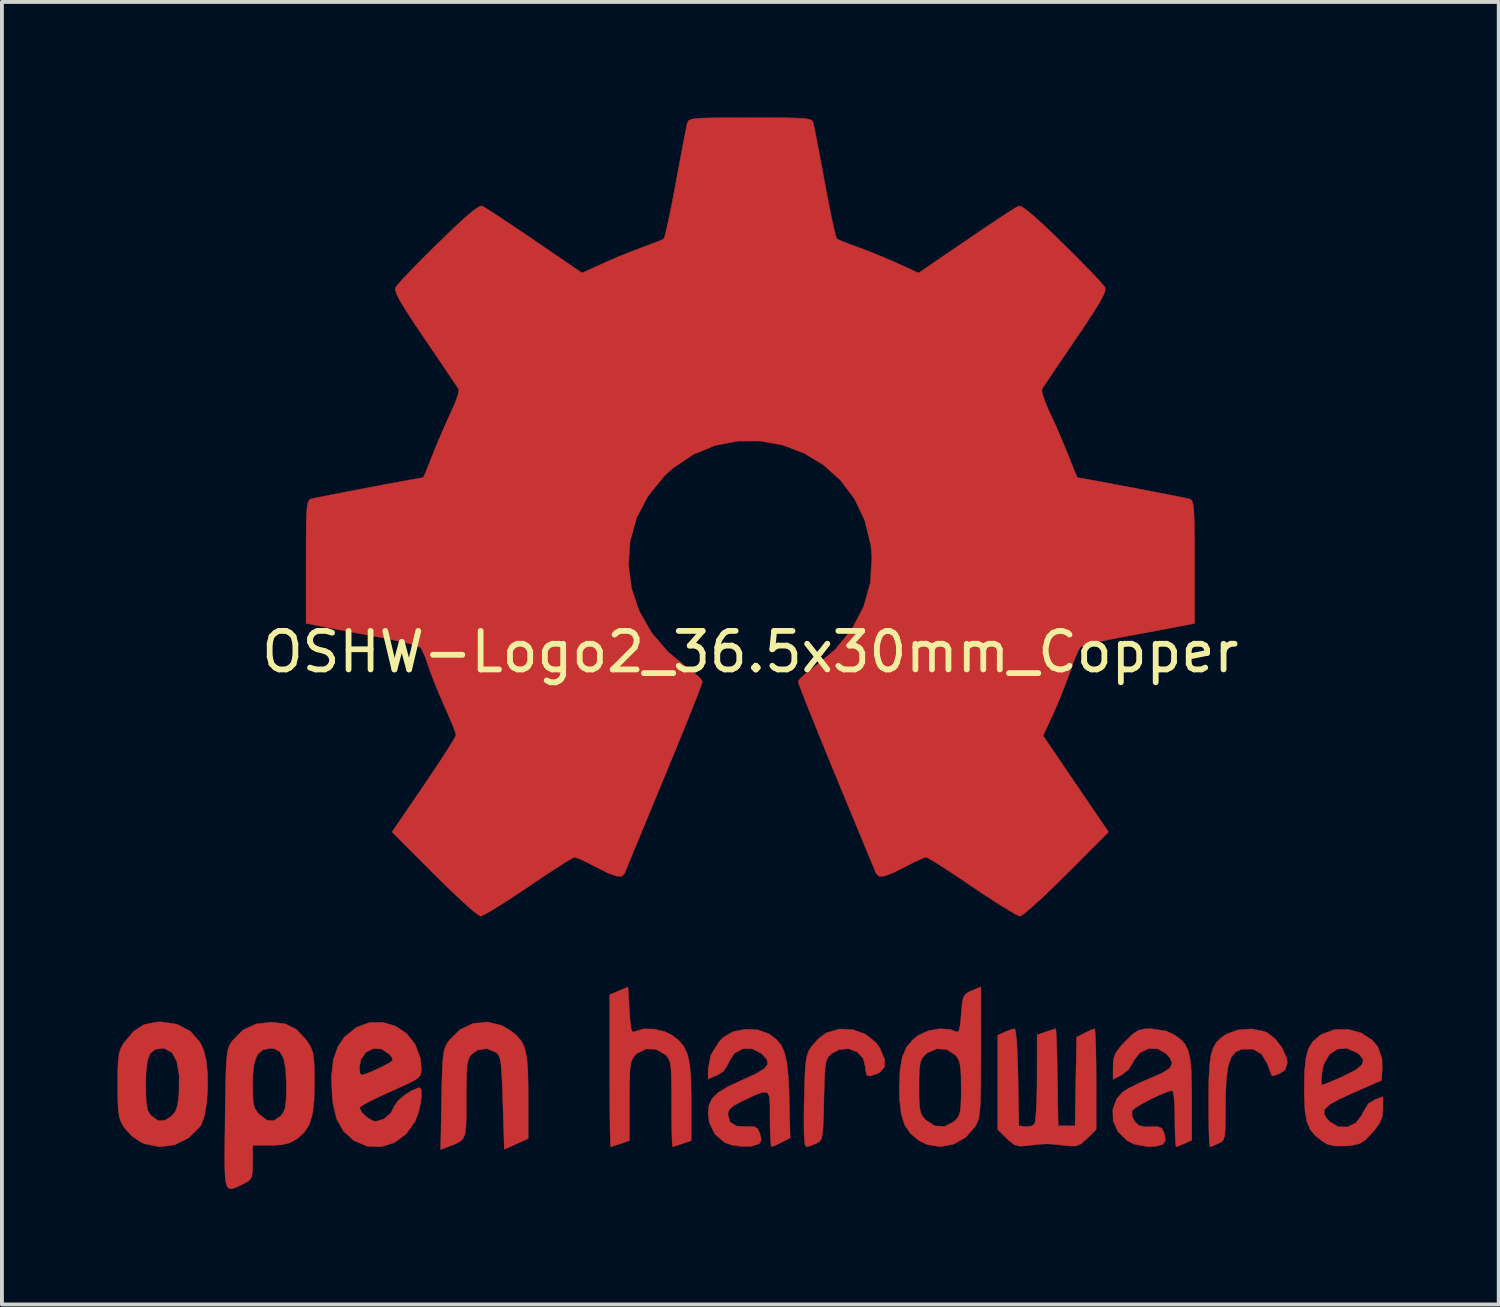
<source format=kicad_pcb>
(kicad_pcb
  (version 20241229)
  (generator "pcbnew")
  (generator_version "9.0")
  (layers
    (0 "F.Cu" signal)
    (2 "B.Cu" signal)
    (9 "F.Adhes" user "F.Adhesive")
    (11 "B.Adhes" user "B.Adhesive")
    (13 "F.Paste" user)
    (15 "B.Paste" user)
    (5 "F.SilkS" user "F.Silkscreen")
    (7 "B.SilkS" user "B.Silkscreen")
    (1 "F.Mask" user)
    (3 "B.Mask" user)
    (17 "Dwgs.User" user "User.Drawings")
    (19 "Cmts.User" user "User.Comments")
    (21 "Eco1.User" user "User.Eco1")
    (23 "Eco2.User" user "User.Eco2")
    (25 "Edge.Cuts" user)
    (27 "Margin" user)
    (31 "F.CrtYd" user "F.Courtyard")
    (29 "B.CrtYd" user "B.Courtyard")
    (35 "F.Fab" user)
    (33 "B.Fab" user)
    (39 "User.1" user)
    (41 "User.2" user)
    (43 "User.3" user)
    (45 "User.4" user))
  (footprint "OSHW-Logo2_36.5x30mm_Copper"
    (layer "F.Cu")
    (at 16.427 13.873)
    (property "Reference" "OSHW-Logo2_36.5x30mm_Copper" (at 0 0 0) (layer "F.SilkS") (effects (font (size 1 1) (thickness 0.15))))
    (attr exclude_from_pos_files exclude_from_bom)
    (fp_poly (pts (xy 13.339 9.85) (xy 13.426 9.888) (xy 13.635 10.053) (xy 13.813 10.292) (xy 13.923 10.546) (xy 13.941 10.671) (xy 13.881 10.847) (xy 13.749 10.939) (xy 13.608 10.995) (xy 13.543 11.006) (xy 13.511 10.931) (xy 13.449 10.767) (xy 13.422 10.694) (xy 13.269 10.438) (xy 13.047 10.311) (xy 12.763 10.315) (xy 12.742 10.32) (xy 12.59 10.392) (xy 12.479 10.532) (xy 12.403 10.758) (xy 12.357 11.086) (xy 12.337 11.535) (xy 12.335 11.774) (xy 12.334 12.15) (xy 12.328 12.406) (xy 12.312 12.569) (xy 12.281 12.665) (xy 12.23 12.719) (xy 12.154 12.759) (xy 12.149 12.761) (xy 12.003 12.823) (xy 11.93 12.846) (xy 11.919 12.777) (xy 11.909 12.587) (xy 11.902 12.299) (xy 11.898 11.938) (xy 11.897 11.675) (xy 11.901 11.164) (xy 11.918 10.777) (xy 11.954 10.49) (xy 12.014 10.281) (xy 12.105 10.128) (xy 12.232 10.008) (xy 12.357 9.923) (xy 12.658 9.812) (xy 13.009 9.786) (xy 13.339 9.85)) (stroke (width 0.01) (type solid)) (fill yes) (layer "F.Cu"))
    (fp_poly (pts (xy -6.456 9.694) (xy -6.222 9.83) (xy -6.059 9.964) (xy -5.94 10.105) (xy -5.858 10.277) (xy -5.806 10.506) (xy -5.778 10.816) (xy -5.767 11.233) (xy -5.766 11.532) (xy -5.766 12.634) (xy -6.076 12.773) (xy -6.386 12.912) (xy -6.423 11.705) (xy -6.438 11.254) (xy -6.454 10.927) (xy -6.473 10.701) (xy -6.5 10.554) (xy -6.536 10.464) (xy -6.585 10.407) (xy -6.601 10.395) (xy -6.84 10.299) (xy -7.082 10.337) (xy -7.226 10.437) (xy -7.284 10.508) (xy -7.325 10.602) (xy -7.351 10.743) (xy -7.365 10.958) (xy -7.371 11.274) (xy -7.372 11.603) (xy -7.372 12.015) (xy -7.379 12.307) (xy -7.403 12.504) (xy -7.453 12.631) (xy -7.539 12.714) (xy -7.67 12.779) (xy -7.846 12.846) (xy -8.038 12.919) (xy -8.015 11.623) (xy -8.006 11.156) (xy -7.995 10.811) (xy -7.98 10.564) (xy -7.956 10.39) (xy -7.922 10.266) (xy -7.874 10.168) (xy -7.816 10.081) (xy -7.537 9.804) (xy -7.196 9.644) (xy -6.825 9.606) (xy -6.456 9.694)) (stroke (width 0.01) (type solid)) (fill yes) (layer "F.Cu"))
    (fp_poly (pts (xy 2.665 9.805) (xy 2.996 9.927) (xy 3.265 10.144) (xy 3.37 10.296) (xy 3.485 10.575) (xy 3.482 10.778) (xy 3.362 10.913) (xy 3.318 10.937) (xy 3.126 11.009) (xy 3.027 10.99) (xy 2.994 10.869) (xy 2.993 10.802) (xy 2.932 10.556) (xy 2.773 10.384) (xy 2.553 10.301) (xy 2.307 10.322) (xy 2.107 10.431) (xy 2.039 10.493) (xy 1.991 10.568) (xy 1.959 10.681) (xy 1.938 10.859) (xy 1.924 11.125) (xy 1.913 11.505) (xy 1.911 11.626) (xy 1.901 12.038) (xy 1.889 12.328) (xy 1.872 12.52) (xy 1.846 12.637) (xy 1.804 12.705) (xy 1.745 12.746) (xy 1.707 12.764) (xy 1.544 12.826) (xy 1.449 12.846) (xy 1.417 12.778) (xy 1.398 12.572) (xy 1.391 12.225) (xy 1.396 11.735) (xy 1.398 11.66) (xy 1.409 11.213) (xy 1.422 10.887) (xy 1.44 10.656) (xy 1.468 10.495) (xy 1.508 10.377) (xy 1.564 10.278) (xy 1.593 10.236) (xy 1.762 10.048) (xy 1.95 9.902) (xy 1.973 9.889) (xy 2.31 9.788) (xy 2.665 9.805)) (stroke (width 0.01) (type solid)) (fill yes) (layer "F.Cu"))
    (fp_poly (pts (xy 8.95 9.85) (xy 8.961 10.042) (xy 8.97 10.333) (xy 8.976 10.702) (xy 8.978 11.089) (xy 8.978 12.397) (xy 8.747 12.628) (xy 8.587 12.77) (xy 8.448 12.828) (xy 8.257 12.824) (xy 8.181 12.815) (xy 7.944 12.788) (xy 7.748 12.772) (xy 7.7 12.771) (xy 7.539 12.78) (xy 7.309 12.804) (xy 7.22 12.815) (xy 7 12.832) (xy 6.853 12.795) (xy 6.707 12.68) (xy 6.654 12.628) (xy 6.423 12.397) (xy 6.423 9.95) (xy 6.609 9.865) (xy 6.769 9.802) (xy 6.863 9.78) (xy 6.887 9.85) (xy 6.909 10.044) (xy 6.928 10.341) (xy 6.943 10.72) (xy 6.95 11.04) (xy 6.97 12.299) (xy 7.145 12.323) (xy 7.303 12.306) (xy 7.381 12.25) (xy 7.402 12.146) (xy 7.421 11.924) (xy 7.435 11.612) (xy 7.443 11.239) (xy 7.444 11.047) (xy 7.445 9.941) (xy 7.675 9.861) (xy 7.837 9.806) (xy 7.926 9.781) (xy 7.928 9.78) (xy 7.937 9.85) (xy 7.947 10.041) (xy 7.957 10.331) (xy 7.966 10.697) (xy 7.972 11.04) (xy 7.992 12.299) (xy 8.43 12.299) (xy 8.45 11.15) (xy 8.47 10.001) (xy 8.684 9.891) (xy 8.841 9.815) (xy 8.935 9.781) (xy 8.937 9.78) (xy 8.95 9.85)) (stroke (width 0.01) (type solid)) (fill yes) (layer "F.Cu"))
    (fp_poly (pts (xy -3.139 9.31) (xy -3.117 9.608) (xy -3.093 9.784) (xy -3.059 9.86) (xy -3.009 9.861) (xy -2.993 9.852) (xy -2.778 9.786) (xy -2.498 9.79) (xy -2.214 9.858) (xy -2.036 9.946) (xy -1.854 10.087) (xy -1.721 10.246) (xy -1.629 10.449) (xy -1.572 10.719) (xy -1.543 11.081) (xy -1.533 11.561) (xy -1.533 11.653) (xy -1.533 12.686) (xy -1.763 12.766) (xy -1.926 12.82) (xy -2.015 12.846) (xy -2.018 12.846) (xy -2.027 12.777) (xy -2.034 12.587) (xy -2.04 12.301) (xy -2.043 11.944) (xy -2.044 11.727) (xy -2.045 11.299) (xy -2.05 10.993) (xy -2.063 10.783) (xy -2.086 10.644) (xy -2.124 10.553) (xy -2.178 10.483) (xy -2.213 10.45) (xy -2.448 10.316) (xy -2.704 10.306) (xy -2.937 10.419) (xy -2.98 10.46) (xy -3.043 10.537) (xy -3.087 10.629) (xy -3.115 10.761) (xy -3.13 10.96) (xy -3.137 11.253) (xy -3.139 11.657) (xy -3.139 12.686) (xy -3.368 12.766) (xy -3.532 12.82) (xy -3.621 12.846) (xy -3.624 12.846) (xy -3.631 12.776) (xy -3.637 12.579) (xy -3.642 12.274) (xy -3.646 11.879) (xy -3.648 11.413) (xy -3.649 10.895) (xy -3.649 10.872) (xy -3.649 8.898) (xy -3.412 8.797) (xy -3.175 8.697) (xy -3.139 9.31)) (stroke (width 0.01) (type solid)) (fill yes) (layer "F.Cu"))
    (fp_poly (pts (xy -14.879 9.665) (xy -14.537 9.845) (xy -14.285 10.134) (xy -14.195 10.321) (xy -14.125 10.6) (xy -14.09 10.953) (xy -14.086 11.338) (xy -14.114 11.715) (xy -14.17 12.041) (xy -14.253 12.275) (xy -14.278 12.315) (xy -14.582 12.616) (xy -14.942 12.796) (xy -15.332 12.849) (xy -15.727 12.767) (xy -15.837 12.718) (xy -16.051 12.568) (xy -16.239 12.368) (xy -16.257 12.343) (xy -16.329 12.22) (xy -16.377 12.09) (xy -16.405 11.918) (xy -16.418 11.672) (xy -16.422 11.319) (xy -16.422 11.24) (xy -16.422 11.215) (xy -15.693 11.215) (xy -15.688 11.548) (xy -15.672 11.769) (xy -15.636 11.912) (xy -15.577 12.01) (xy -15.547 12.043) (xy -15.372 12.168) (xy -15.202 12.162) (xy -15.031 12.054) (xy -14.929 11.938) (xy -14.868 11.77) (xy -14.834 11.504) (xy -14.832 11.473) (xy -14.826 10.99) (xy -14.887 10.632) (xy -15.013 10.4) (xy -15.204 10.297) (xy -15.272 10.291) (xy -15.451 10.32) (xy -15.574 10.418) (xy -15.649 10.606) (xy -15.685 10.903) (xy -15.693 11.215) (xy -16.422 11.215) (xy -16.42 10.864) (xy -16.408 10.601) (xy -16.383 10.419) (xy -16.34 10.285) (xy -16.273 10.167) (xy -16.258 10.145) (xy -16.01 9.848) (xy -15.739 9.675) (xy -15.41 9.607) (xy -15.298 9.603) (xy -14.879 9.665)) (stroke (width 0.01) (type solid)) (fill yes) (layer "F.Cu"))
    (fp_poly (pts (xy 15.859 9.891) (xy 16.147 10.08) (xy 16.287 10.249) (xy 16.397 10.556) (xy 16.406 10.798) (xy 16.386 11.123) (xy 15.638 11.45) (xy 15.274 11.617) (xy 15.036 11.752) (xy 14.913 11.869) (xy 14.891 11.982) (xy 14.96 12.106) (xy 15.036 12.189) (xy 15.256 12.322) (xy 15.495 12.331) (xy 15.716 12.228) (xy 15.877 12.022) (xy 15.906 11.95) (xy 16.045 11.724) (xy 16.204 11.627) (xy 16.422 11.545) (xy 16.422 11.858) (xy 16.403 12.07) (xy 16.327 12.25) (xy 16.169 12.456) (xy 16.145 12.483) (xy 15.969 12.666) (xy 15.817 12.764) (xy 15.627 12.81) (xy 15.47 12.824) (xy 15.189 12.828) (xy 14.988 12.781) (xy 14.863 12.712) (xy 14.667 12.559) (xy 14.531 12.394) (xy 14.445 12.186) (xy 14.398 11.906) (xy 14.381 11.522) (xy 14.379 11.328) (xy 14.384 11.095) (xy 14.825 11.095) (xy 14.83 11.22) (xy 14.843 11.24) (xy 14.927 11.212) (xy 15.108 11.139) (xy 15.349 11.034) (xy 15.4 11.011) (xy 15.706 10.856) (xy 15.874 10.72) (xy 15.911 10.592) (xy 15.822 10.462) (xy 15.749 10.405) (xy 15.486 10.291) (xy 15.239 10.31) (xy 15.032 10.449) (xy 14.889 10.697) (xy 14.843 10.894) (xy 14.825 11.095) (xy 14.384 11.095) (xy 14.389 10.873) (xy 14.423 10.537) (xy 14.492 10.292) (xy 14.604 10.112) (xy 14.767 9.97) (xy 14.838 9.923) (xy 15.162 9.804) (xy 15.516 9.796) (xy 15.859 9.891)) (stroke (width 0.01) (type solid)) (fill yes) (layer "F.Cu"))
    (fp_poly (pts (xy 5.985 10.386) (xy 5.984 10.932) (xy 5.98 11.351) (xy 5.973 11.665) (xy 5.959 11.893) (xy 5.938 12.056) (xy 5.909 12.173) (xy 5.869 12.265) (xy 5.839 12.317) (xy 5.591 12.602) (xy 5.276 12.78) (xy 4.928 12.844) (xy 4.58 12.785) (xy 4.372 12.68) (xy 4.154 12.499) (xy 4.005 12.277) (xy 3.916 11.986) (xy 3.874 11.598) (xy 3.869 11.313) (xy 3.869 11.293) (xy 4.379 11.293) (xy 4.382 11.619) (xy 4.397 11.835) (xy 4.43 11.977) (xy 4.488 12.079) (xy 4.558 12.156) (xy 4.794 12.305) (xy 5.047 12.317) (xy 5.287 12.193) (xy 5.305 12.176) (xy 5.385 12.089) (xy 5.435 11.985) (xy 5.461 11.829) (xy 5.472 11.589) (xy 5.474 11.323) (xy 5.47 10.99) (xy 5.455 10.767) (xy 5.421 10.621) (xy 5.363 10.516) (xy 5.315 10.46) (xy 5.094 10.32) (xy 4.839 10.303) (xy 4.595 10.41) (xy 4.548 10.45) (xy 4.468 10.538) (xy 4.418 10.644) (xy 4.391 10.801) (xy 4.381 11.044) (xy 4.379 11.293) (xy 3.869 11.293) (xy 3.886 10.855) (xy 3.946 10.51) (xy 4.059 10.252) (xy 4.235 10.05) (xy 4.372 9.946) (xy 4.621 9.834) (xy 4.91 9.782) (xy 5.178 9.796) (xy 5.328 9.852) (xy 5.387 9.868) (xy 5.426 9.809) (xy 5.453 9.649) (xy 5.474 9.407) (xy 5.497 9.136) (xy 5.528 8.974) (xy 5.585 8.881) (xy 5.685 8.819) (xy 5.748 8.792) (xy 5.985 8.693) (xy 5.985 10.386)) (stroke (width 0.01) (type solid)) (fill yes) (layer "F.Cu"))
    (fp_poly (pts (xy -9.211 9.712) (xy -8.923 9.905) (xy -8.701 10.185) (xy -8.568 10.541) (xy -8.541 10.803) (xy -8.544 10.912) (xy -8.57 10.995) (xy -8.64 11.07) (xy -8.777 11.154) (xy -9.003 11.262) (xy -9.341 11.412) (xy -9.343 11.413) (xy -9.653 11.555) (xy -9.908 11.681) (xy -10.081 11.778) (xy -10.145 11.832) (xy -10.145 11.832) (xy -10.088 11.949) (xy -9.955 12.078) (xy -9.801 12.171) (xy -9.724 12.189) (xy -9.512 12.125) (xy -9.329 11.966) (xy -9.24 11.79) (xy -9.155 11.661) (xy -8.987 11.514) (xy -8.789 11.386) (xy -8.615 11.317) (xy -8.579 11.313) (xy -8.538 11.376) (xy -8.536 11.536) (xy -8.566 11.751) (xy -8.622 11.981) (xy -8.7 12.183) (xy -8.704 12.191) (xy -8.937 12.517) (xy -9.239 12.738) (xy -9.582 12.847) (xy -9.939 12.834) (xy -10.28 12.692) (xy -10.295 12.682) (xy -10.563 12.438) (xy -10.74 12.121) (xy -10.837 11.704) (xy -10.85 11.587) (xy -10.874 11.033) (xy -10.846 10.775) (xy -10.145 10.775) (xy -10.136 10.936) (xy -10.087 10.983) (xy -9.962 10.948) (xy -9.767 10.865) (xy -9.548 10.761) (xy -9.543 10.758) (xy -9.357 10.661) (xy -9.283 10.596) (xy -9.301 10.527) (xy -9.379 10.438) (xy -9.575 10.308) (xy -9.787 10.299) (xy -9.976 10.393) (xy -10.108 10.575) (xy -10.145 10.775) (xy -10.846 10.775) (xy -10.826 10.591) (xy -10.703 10.24) (xy -10.533 9.994) (xy -10.225 9.745) (xy -9.886 9.622) (xy -9.54 9.614) (xy -9.211 9.712)) (stroke (width 0.01) (type solid)) (fill yes) (layer "F.Cu"))
    (fp_poly (pts (xy 0.2 9.811) (xy 0.486 9.917) (xy 0.489 9.919) (xy 0.666 10.049) (xy 0.797 10.201) (xy 0.888 10.4) (xy 0.949 10.668) (xy 0.986 11.031) (xy 1.007 11.513) (xy 1.009 11.582) (xy 1.035 12.616) (xy 0.813 12.731) (xy 0.653 12.809) (xy 0.556 12.846) (xy 0.551 12.846) (xy 0.534 12.778) (xy 0.521 12.595) (xy 0.513 12.328) (xy 0.511 12.111) (xy 0.511 11.76) (xy 0.495 11.54) (xy 0.439 11.435) (xy 0.319 11.43) (xy 0.112 11.509) (xy -0.201 11.656) (xy -0.431 11.777) (xy -0.549 11.882) (xy -0.584 11.997) (xy -0.584 12.003) (xy -0.527 12.201) (xy -0.357 12.308) (xy -0.097 12.323) (xy 0.091 12.32) (xy 0.19 12.374) (xy 0.251 12.504) (xy 0.287 12.669) (xy 0.236 12.763) (xy 0.216 12.776) (xy 0.035 12.83) (xy -0.218 12.838) (xy -0.48 12.802) (xy -0.665 12.737) (xy -0.921 12.519) (xy -1.066 12.217) (xy -1.095 11.981) (xy -1.073 11.768) (xy -0.993 11.594) (xy -0.836 11.439) (xy -0.58 11.284) (xy -0.205 11.11) (xy -0.182 11.1) (xy 0.155 10.944) (xy 0.363 10.816) (xy 0.452 10.701) (xy 0.433 10.584) (xy 0.315 10.45) (xy 0.28 10.419) (xy 0.043 10.299) (xy -0.201 10.304) (xy -0.415 10.422) (xy -0.556 10.639) (xy -0.569 10.682) (xy -0.697 10.889) (xy -0.86 10.988) (xy -1.095 11.087) (xy -1.095 10.832) (xy -1.023 10.46) (xy -0.811 10.119) (xy -0.701 10.005) (xy -0.45 9.859) (xy -0.131 9.793) (xy 0.2 9.811)) (stroke (width 0.01) (type solid)) (fill yes) (layer "F.Cu"))
    (fp_poly (pts (xy -12.07 9.655) (xy -11.791 9.794) (xy -11.545 10.05) (xy -11.477 10.145) (xy -11.404 10.269) (xy -11.356 10.404) (xy -11.328 10.583) (xy -11.316 10.843) (xy -11.313 11.185) (xy -11.325 11.655) (xy -11.368 12.007) (xy -11.45 12.27) (xy -11.579 12.471) (xy -11.765 12.637) (xy -11.778 12.647) (xy -11.962 12.747) (xy -12.182 12.797) (xy -12.463 12.809) (xy -12.919 12.809) (xy -12.919 13.252) (xy -12.923 13.499) (xy -12.949 13.643) (xy -13.016 13.73) (xy -13.146 13.803) (xy -13.177 13.818) (xy -13.322 13.888) (xy -13.435 13.932) (xy -13.519 13.935) (xy -13.577 13.884) (xy -13.615 13.764) (xy -13.636 13.56) (xy -13.644 13.257) (xy -13.643 12.841) (xy -13.636 12.297) (xy -13.634 12.134) (xy -13.627 11.574) (xy -13.62 11.207) (xy -12.919 11.207) (xy -12.915 11.518) (xy -12.898 11.722) (xy -12.858 11.856) (xy -12.788 11.96) (xy -12.74 12.01) (xy -12.545 12.157) (xy -12.372 12.169) (xy -12.194 12.048) (xy -12.189 12.043) (xy -12.117 11.949) (xy -12.072 11.821) (xy -12.05 11.624) (xy -12.043 11.323) (xy -12.043 11.256) (xy -12.06 10.841) (xy -12.114 10.554) (xy -12.213 10.378) (xy -12.362 10.299) (xy -12.449 10.291) (xy -12.653 10.329) (xy -12.794 10.451) (xy -12.879 10.676) (xy -12.916 11.019) (xy -12.919 11.207) (xy -13.62 11.207) (xy -13.619 11.14) (xy -13.609 10.813) (xy -13.595 10.575) (xy -13.576 10.406) (xy -13.548 10.286) (xy -13.511 10.197) (xy -13.463 10.119) (xy -13.442 10.09) (xy -13.168 9.812) (xy -12.822 9.655) (xy -12.421 9.611) (xy -12.07 9.655)) (stroke (width 0.01) (type solid)) (fill yes) (layer "F.Cu"))
    (fp_poly (pts (xy 10.786 9.838) (xy 10.996 9.933) (xy 11.161 10.049) (xy 11.282 10.179) (xy 11.365 10.346) (xy 11.418 10.574) (xy 11.447 10.888) (xy 11.458 11.311) (xy 11.459 11.59) (xy 11.459 12.677) (xy 11.273 12.761) (xy 11.127 12.823) (xy 11.054 12.846) (xy 11.04 12.778) (xy 11.029 12.595) (xy 11.023 12.328) (xy 11.021 12.116) (xy 11.015 11.81) (xy 10.999 11.567) (xy 10.974 11.418) (xy 10.955 11.386) (xy 10.826 11.419) (xy 10.623 11.501) (xy 10.388 11.614) (xy 10.162 11.734) (xy 9.988 11.842) (xy 9.907 11.917) (xy 9.906 11.917) (xy 9.913 12.055) (xy 9.976 12.186) (xy 10.086 12.292) (xy 10.247 12.328) (xy 10.385 12.324) (xy 10.58 12.321) (xy 10.682 12.366) (xy 10.743 12.487) (xy 10.751 12.51) (xy 10.778 12.681) (xy 10.706 12.786) (xy 10.521 12.836) (xy 10.32 12.845) (xy 9.96 12.777) (xy 9.773 12.679) (xy 9.542 12.45) (xy 9.42 12.169) (xy 9.409 11.873) (xy 9.513 11.596) (xy 9.668 11.423) (xy 9.823 11.326) (xy 10.067 11.203) (xy 10.352 11.078) (xy 10.399 11.059) (xy 10.711 10.921) (xy 10.891 10.8) (xy 10.949 10.679) (xy 10.895 10.543) (xy 10.802 10.437) (xy 10.583 10.307) (xy 10.341 10.297) (xy 10.12 10.398) (xy 9.96 10.598) (xy 9.94 10.65) (xy 9.818 10.841) (xy 9.64 10.982) (xy 9.416 11.098) (xy 9.416 10.769) (xy 9.429 10.568) (xy 9.485 10.409) (xy 9.611 10.24) (xy 9.731 10.11) (xy 9.919 9.926) (xy 10.065 9.827) (xy 10.221 9.787) (xy 10.398 9.78) (xy 10.786 9.838)) (stroke (width 0.01) (type solid)) (fill yes) (layer "F.Cu"))
    (fp_poly (pts (xy 0.523 -13.868) (xy 0.918 -13.865) (xy 1.203 -13.859) (xy 1.399 -13.848) (xy 1.521 -13.829) (xy 1.59 -13.801) (xy 1.624 -13.762) (xy 1.641 -13.71) (xy 1.642 -13.704) (xy 1.667 -13.582) (xy 1.714 -13.343) (xy 1.777 -13.011) (xy 1.852 -12.611) (xy 1.934 -12.171) (xy 1.937 -12.155) (xy 2.019 -11.723) (xy 2.095 -11.341) (xy 2.162 -11.033) (xy 2.213 -10.82) (xy 2.244 -10.727) (xy 2.246 -10.725) (xy 2.337 -10.68) (xy 2.526 -10.604) (xy 2.772 -10.514) (xy 2.774 -10.513) (xy 3.083 -10.397) (xy 3.448 -10.249) (xy 3.792 -10.1) (xy 3.808 -10.092) (xy 4.368 -9.838) (xy 5.609 -10.685) (xy 5.99 -10.944) (xy 6.334 -11.174) (xy 6.623 -11.365) (xy 6.836 -11.502) (xy 6.954 -11.572) (xy 6.965 -11.577) (xy 7.05 -11.554) (xy 7.21 -11.442) (xy 7.449 -11.237) (xy 7.775 -10.933) (xy 8.108 -10.609) (xy 8.429 -10.291) (xy 8.716 -10) (xy 8.953 -9.755) (xy 9.121 -9.574) (xy 9.203 -9.474) (xy 9.206 -9.469) (xy 9.215 -9.401) (xy 9.181 -9.289) (xy 9.095 -9.12) (xy 8.948 -8.877) (xy 8.733 -8.545) (xy 8.445 -8.119) (xy 8.191 -7.743) (xy 7.963 -7.407) (xy 7.775 -7.128) (xy 7.641 -6.927) (xy 7.573 -6.824) (xy 7.569 -6.817) (xy 7.577 -6.718) (xy 7.64 -6.526) (xy 7.744 -6.276) (xy 7.782 -6.197) (xy 7.944 -5.842) (xy 8.118 -5.439) (xy 8.259 -5.091) (xy 8.361 -4.832) (xy 8.441 -4.636) (xy 8.488 -4.533) (xy 8.494 -4.525) (xy 8.58 -4.512) (xy 8.782 -4.476) (xy 9.073 -4.423) (xy 9.428 -4.356) (xy 9.818 -4.283) (xy 10.217 -4.207) (xy 10.598 -4.134) (xy 10.934 -4.068) (xy 11.198 -4.016) (xy 11.364 -3.981) (xy 11.404 -3.972) (xy 11.446 -3.948) (xy 11.478 -3.894) (xy 11.501 -3.791) (xy 11.516 -3.622) (xy 11.526 -3.368) (xy 11.53 -3.011) (xy 11.532 -2.532) (xy 11.532 -2.336) (xy 11.532 -0.74) (xy 11.149 -0.665) (xy 10.936 -0.624) (xy 10.618 -0.564) (xy 10.233 -0.492) (xy 9.821 -0.416) (xy 9.707 -0.395) (xy 9.327 -0.322) (xy 8.996 -0.249) (xy 8.742 -0.184) (xy 8.592 -0.134) (xy 8.567 -0.119) (xy 8.506 -0.014) (xy 8.418 0.191) (xy 8.32 0.454) (xy 8.301 0.511) (xy 8.173 0.863) (xy 8.015 1.259) (xy 7.86 1.616) (xy 7.859 1.617) (xy 7.601 2.176) (xy 8.45 3.426) (xy 9.3 4.676) (xy 8.209 5.768) (xy 7.879 6.093) (xy 7.578 6.38) (xy 7.323 6.613) (xy 7.131 6.777) (xy 7.018 6.856) (xy 7.002 6.861) (xy 6.908 6.821) (xy 6.714 6.711) (xy 6.443 6.544) (xy 6.116 6.332) (xy 5.763 6.095) (xy 5.404 5.852) (xy 5.084 5.642) (xy 4.823 5.476) (xy 4.641 5.367) (xy 4.56 5.328) (xy 4.461 5.361) (xy 4.274 5.447) (xy 4.036 5.568) (xy 4.011 5.582) (xy 3.691 5.742) (xy 3.472 5.821) (xy 3.335 5.822) (xy 3.264 5.749) (xy 3.264 5.748) (xy 3.228 5.661) (xy 3.143 5.456) (xy 3.016 5.147) (xy 2.852 4.751) (xy 2.659 4.284) (xy 2.443 3.762) (xy 2.234 3.256) (xy 2.004 2.698) (xy 1.793 2.181) (xy 1.607 1.721) (xy 1.452 1.334) (xy 1.336 1.035) (xy 1.263 0.841) (xy 1.241 0.768) (xy 1.297 0.685) (xy 1.444 0.553) (xy 1.639 0.407) (xy 2.196 -0.055) (xy 2.632 -0.585) (xy 2.94 -1.17) (xy 3.117 -1.801) (xy 3.156 -2.467) (xy 3.128 -2.774) (xy 2.972 -3.411) (xy 2.705 -3.973) (xy 2.342 -4.455) (xy 1.9 -4.852) (xy 1.396 -5.158) (xy 0.846 -5.367) (xy 0.267 -5.474) (xy -0.324 -5.473) (xy -0.912 -5.359) (xy -1.48 -5.126) (xy -2.01 -4.769) (xy -2.231 -4.567) (xy -2.655 -4.047) (xy -2.951 -3.48) (xy -3.119 -2.881) (xy -3.163 -2.267) (xy -3.084 -1.655) (xy -2.883 -1.06) (xy -2.564 -0.5) (xy -2.127 0.008) (xy -1.639 0.407) (xy -1.436 0.559) (xy -1.292 0.69) (xy -1.241 0.769) (xy -1.268 0.854) (xy -1.345 1.059) (xy -1.465 1.366) (xy -1.623 1.761) (xy -1.812 2.227) (xy -2.025 2.748) (xy -2.234 3.256) (xy -2.466 3.815) (xy -2.68 4.332) (xy -2.87 4.793) (xy -3.031 5.181) (xy -3.154 5.48) (xy -3.234 5.675) (xy -3.264 5.748) (xy -3.334 5.822) (xy -3.47 5.821) (xy -3.689 5.743) (xy -4.008 5.583) (xy -4.011 5.582) (xy -4.251 5.458) (xy -4.446 5.367) (xy -4.556 5.329) (xy -4.56 5.328) (xy -4.643 5.368) (xy -4.825 5.477) (xy -5.087 5.644) (xy -5.407 5.855) (xy -5.763 6.095) (xy -6.124 6.337) (xy -6.45 6.548) (xy -6.72 6.715) (xy -6.911 6.823) (xy -7.002 6.861) (xy -7.086 6.811) (xy -7.256 6.672) (xy -7.493 6.459) (xy -7.781 6.188) (xy -8.104 5.873) (xy -8.209 5.768) (xy -9.301 4.675) (xy -8.47 3.456) (xy -8.218 3.082) (xy -7.996 2.746) (xy -7.818 2.467) (xy -7.695 2.267) (xy -7.641 2.163) (xy -7.639 2.155) (xy -7.668 2.057) (xy -7.745 1.86) (xy -7.857 1.596) (xy -7.936 1.42) (xy -8.083 1.082) (xy -8.222 0.741) (xy -8.329 0.453) (xy -8.358 0.365) (xy -8.441 0.13) (xy -8.522 -0.051) (xy -8.567 -0.119) (xy -8.665 -0.161) (xy -8.879 -0.221) (xy -9.182 -0.291) (xy -9.545 -0.365) (xy -9.707 -0.395) (xy -10.12 -0.471) (xy -10.516 -0.545) (xy -10.856 -0.609) (xy -11.103 -0.656) (xy -11.149 -0.665) (xy -11.532 -0.74) (xy -11.532 -2.336) (xy -11.531 -2.861) (xy -11.528 -3.258) (xy -11.52 -3.545) (xy -11.507 -3.741) (xy -11.487 -3.865) (xy -11.458 -3.933) (xy -11.42 -3.966) (xy -11.404 -3.972) (xy -11.31 -3.993) (xy -11.1 -4.035) (xy -10.804 -4.094) (xy -10.446 -4.163) (xy -10.054 -4.238) (xy -9.656 -4.313) (xy -9.277 -4.385) (xy -8.945 -4.446) (xy -8.687 -4.493) (xy -8.529 -4.521) (xy -8.494 -4.525) (xy -8.462 -4.588) (xy -8.391 -4.756) (xy -8.296 -4.997) (xy -8.259 -5.091) (xy -8.111 -5.455) (xy -7.938 -5.858) (xy -7.782 -6.197) (xy -7.667 -6.456) (xy -7.591 -6.669) (xy -7.566 -6.8) (xy -7.57 -6.817) (xy -7.623 -6.9) (xy -7.746 -7.083) (xy -7.925 -7.349) (xy -8.146 -7.676) (xy -8.397 -8.045) (xy -8.446 -8.118) (xy -8.737 -8.55) (xy -8.951 -8.879) (xy -9.097 -9.121) (xy -9.182 -9.289) (xy -9.216 -9.4) (xy -9.207 -9.468) (xy -9.206 -9.468) (xy -9.134 -9.558) (xy -8.975 -9.732) (xy -8.745 -9.971) (xy -8.462 -10.258) (xy -8.144 -10.574) (xy -8.108 -10.609) (xy -7.707 -10.998) (xy -7.398 -11.283) (xy -7.174 -11.47) (xy -7.029 -11.565) (xy -6.965 -11.577) (xy -6.872 -11.523) (xy -6.678 -11.401) (xy -6.405 -11.221) (xy -6.071 -10.998) (xy -5.696 -10.745) (xy -5.609 -10.685) (xy -4.368 -9.838) (xy -3.808 -10.092) (xy -3.468 -10.241) (xy -3.102 -10.39) (xy -2.787 -10.508) (xy -2.774 -10.513) (xy -2.528 -10.603) (xy -2.338 -10.679) (xy -2.246 -10.725) (xy -2.246 -10.725) (xy -2.216 -10.808) (xy -2.166 -11.012) (xy -2.101 -11.313) (xy -2.025 -11.69) (xy -1.943 -12.119) (xy -1.937 -12.155) (xy -1.855 -12.597) (xy -1.78 -12.998) (xy -1.716 -13.333) (xy -1.669 -13.576) (xy -1.643 -13.702) (xy -1.642 -13.704) (xy -1.626 -13.757) (xy -1.596 -13.798) (xy -1.531 -13.827) (xy -1.416 -13.846) (xy -1.229 -13.859) (xy -0.955 -13.865) (xy -0.573 -13.867) (xy -0.066 -13.868) (xy 0 -13.868) (xy 0.523 -13.868)) (stroke (width 0.01) (type solid)) (fill yes) (layer "F.Cu")))
  (gr_rect
    (start -3 -3)
    (end 35.855 30.813)
    (stroke (width 0.1) (type default))
    (fill no)
    (layer "Edge.Cuts")))
</source>
